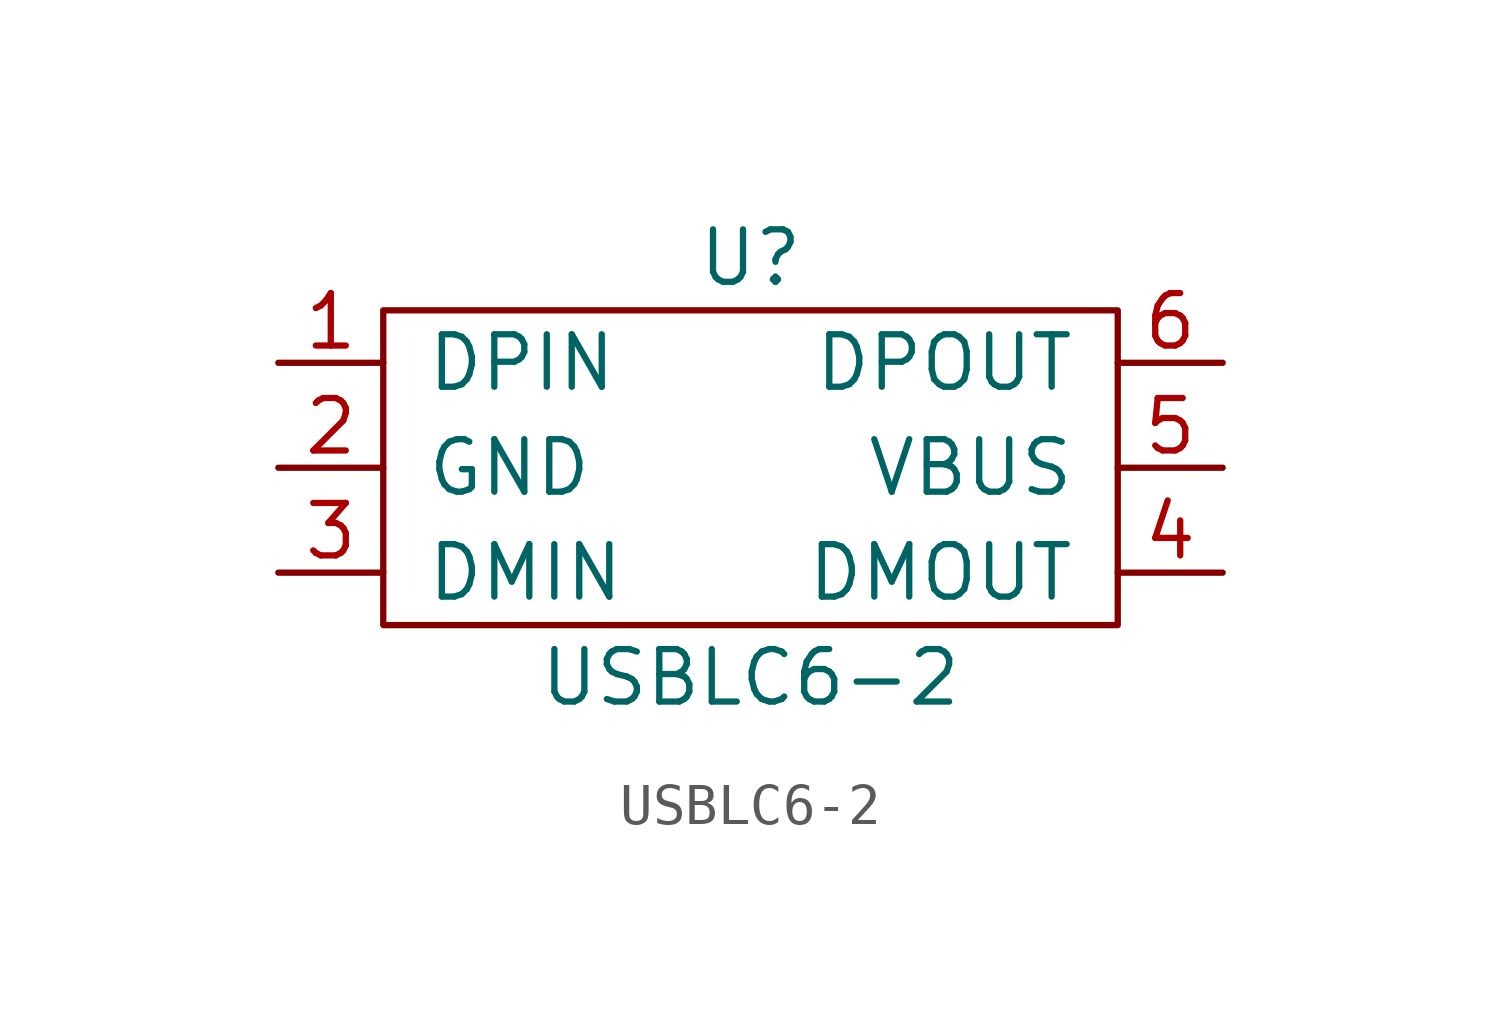
<source format=kicad_sym>
(kicad_symbol_lib
  (version 20211014)
  (generator kicad_symbol_editor)
  (symbol "USBLC6-2"
    (pin_names
      (offset 1.016))
    (property "Reference" "U"
      (at 0 5.08 0)
      (effects (font (size 1.27 1.27))))
    (property "Value" "USBLC6-2"
      (at 0 -5.08 0)
      (effects (font (size 1.27 1.27))))
    (symbol "USBLC6-2_0_1"
      (rectangle (start -8.89 3.81) (end 8.89 -3.81) (stroke (width 0) (type default) (color 0 0 0 0)) (fill (type none)))
      (pin passive line (at -11.43 2.54 0) (length 2.54) (name "DPIN" (effects (font (size 1.27 1.27)))) (number "1" (effects (font (size 1.27 1.27)))))
      (pin power_in line (at -11.43 0 0) (length 2.54) (name "GND" (effects (font (size 1.27 1.27)))) (number "2" (effects (font (size 1.27 1.27)))))
      (pin passive line (at -11.43 -2.54 0) (length 2.54) (name "DMIN" (effects (font (size 1.27 1.27)))) (number "3" (effects (font (size 1.27 1.27)))))
      (pin passive line (at 11.43 -2.54 180) (length 2.54) (name "DMOUT" (effects (font (size 1.27 1.27)))) (number "4" (effects (font (size 1.27 1.27)))))
      (pin power_in line (at 11.43 0 180) (length 2.54) (name "VBUS" (effects (font (size 1.27 1.27)))) (number "5" (effects (font (size 1.27 1.27)))))
      (pin passive line (at 11.43 2.54 180) (length 2.54) (name "DPOUT" (effects (font (size 1.27 1.27)))) (number "6" (effects (font (size 1.27 1.27))))))))
</source>
